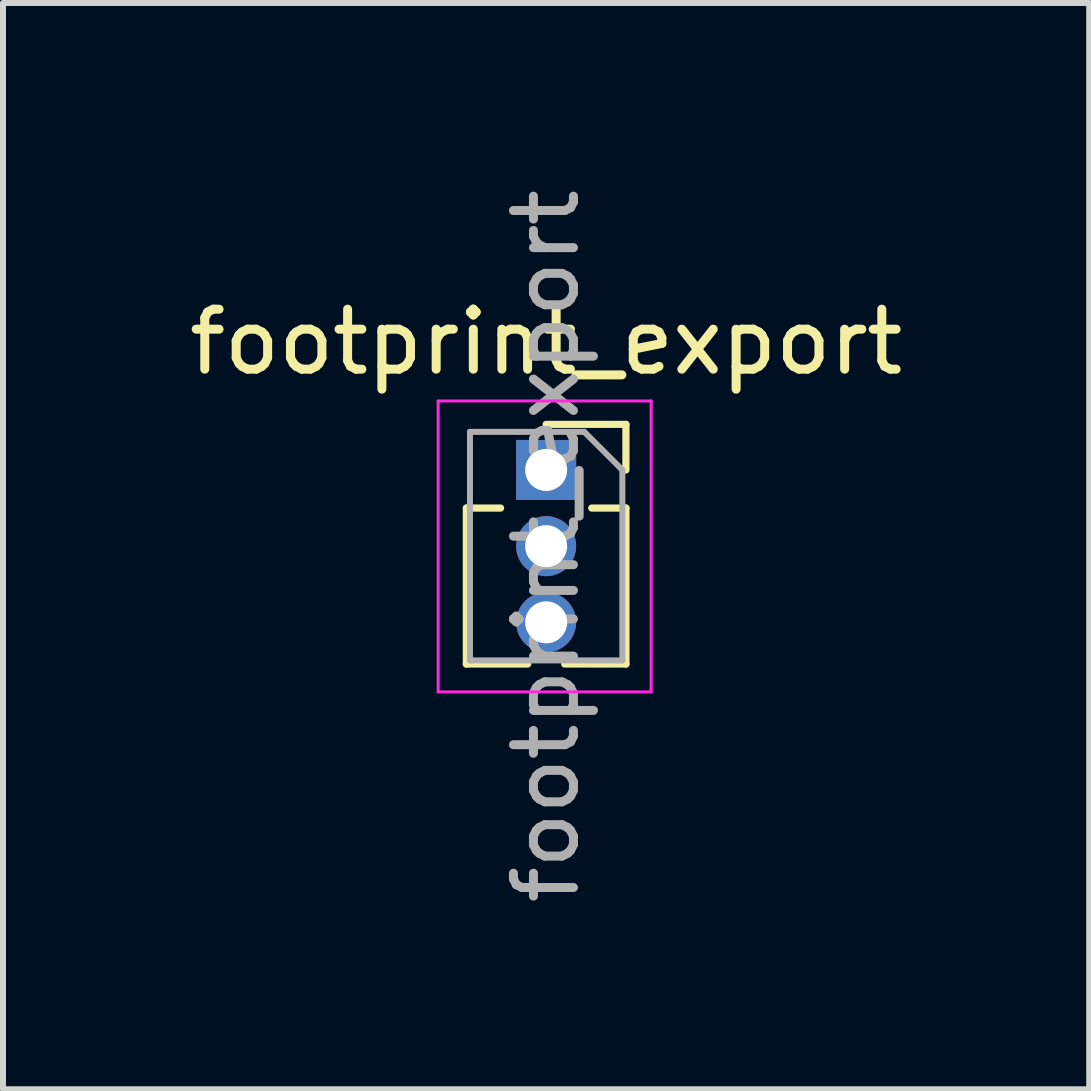
<source format=kicad_pcb>
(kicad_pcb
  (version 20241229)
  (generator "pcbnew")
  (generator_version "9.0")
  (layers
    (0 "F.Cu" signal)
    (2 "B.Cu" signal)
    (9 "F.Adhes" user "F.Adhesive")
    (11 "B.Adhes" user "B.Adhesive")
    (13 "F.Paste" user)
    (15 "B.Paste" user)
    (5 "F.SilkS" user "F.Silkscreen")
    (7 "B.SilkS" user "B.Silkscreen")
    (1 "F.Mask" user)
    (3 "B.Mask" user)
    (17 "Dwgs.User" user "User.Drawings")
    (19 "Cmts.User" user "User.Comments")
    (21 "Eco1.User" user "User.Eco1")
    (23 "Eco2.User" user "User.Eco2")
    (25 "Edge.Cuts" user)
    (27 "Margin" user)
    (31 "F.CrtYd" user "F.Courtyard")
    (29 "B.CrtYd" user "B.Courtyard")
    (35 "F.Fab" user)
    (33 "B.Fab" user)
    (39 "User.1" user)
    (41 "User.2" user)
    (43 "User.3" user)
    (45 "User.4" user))
  (footprint "footprint_export"
    (layer "F.Cu")
    (at 6.054 4.784)
    (property "Reference" "footprint_export" (at 0 -2.135 0) (layer "F.SilkS") (effects (font (size 1 1) (thickness 0.15))))
    (attr through_hole)
    (fp_line (start -1.33 0.635) (end -1.33 3.235) (stroke (width 0.12) (type solid)) (layer "F.SilkS"))
    (fp_line (start -1.33 0.635) (end -0.76 0.635) (stroke (width 0.12) (type solid)) (layer "F.SilkS"))
    (fp_line (start -1.33 3.235) (end -0.308 3.235) (stroke (width 0.12) (type solid)) (layer "F.SilkS"))
    (fp_line (start 0 -0.76) (end 1.33 -0.76) (stroke (width 0.12) (type solid)) (layer "F.SilkS"))
    (fp_line (start 0.308 3.235) (end 1.33 3.235) (stroke (width 0.12) (type solid)) (layer "F.SilkS"))
    (fp_line (start 0.76 0.635) (end 1.33 0.635) (stroke (width 0.12) (type solid)) (layer "F.SilkS"))
    (fp_line (start 1.33 -0.76) (end 1.33 0) (stroke (width 0.12) (type solid)) (layer "F.SilkS"))
    (fp_line (start 1.33 0.635) (end 1.33 3.235) (stroke (width 0.12) (type solid)) (layer "F.SilkS"))
    (fp_line (start -1.8 -1.15) (end 1.75 -1.15) (stroke (width 0.05) (type solid)) (layer "F.CrtYd"))
    (fp_line (start -1.8 3.7) (end -1.8 -1.15) (stroke (width 0.05) (type solid)) (layer "F.CrtYd"))
    (fp_line (start 1.75 -1.15) (end 1.75 3.7) (stroke (width 0.05) (type solid)) (layer "F.CrtYd"))
    (fp_line (start 1.75 3.7) (end -1.8 3.7) (stroke (width 0.05) (type solid)) (layer "F.CrtYd"))
    (fp_line (start -1.27 -0.635) (end 0.635 -0.635) (stroke (width 0.1) (type solid)) (layer "F.Fab"))
    (fp_line (start -1.27 3.175) (end -1.27 -0.635) (stroke (width 0.1) (type solid)) (layer "F.Fab"))
    (fp_line (start 0.635 -0.635) (end 1.27 0) (stroke (width 0.1) (type solid)) (layer "F.Fab"))
    (fp_line (start 1.27 0) (end 1.27 3.175) (stroke (width 0.1) (type solid)) (layer "F.Fab"))
    (fp_line (start 1.27 3.175) (end -1.27 3.175) (stroke (width 0.1) (type solid)) (layer "F.Fab"))
    (fp_text user "${REFERENCE}" (at 0 1.27 90) (layer "F.Fab") (effects (font (size 1 1) (thickness 0.15))))
    (pad "1" thru_hole rect (at 0 0) (size 1 1) (drill 0.7) (layers "*.Cu" "*.Mask"))
    (pad "2" thru_hole oval (at 0 1.27) (size 1 1) (drill 0.7) (layers "*.Cu" "*.Mask"))
    (pad "3" thru_hole oval (at 0 2.54) (size 1 1) (drill 0.7) (layers "*.Cu" "*.Mask")))
  (gr_rect
    (start -3 -3)
    (end 15.107 15.107)
    (stroke (width 0.1) (type default))
    (fill no)
    (layer "Edge.Cuts")))
</source>
